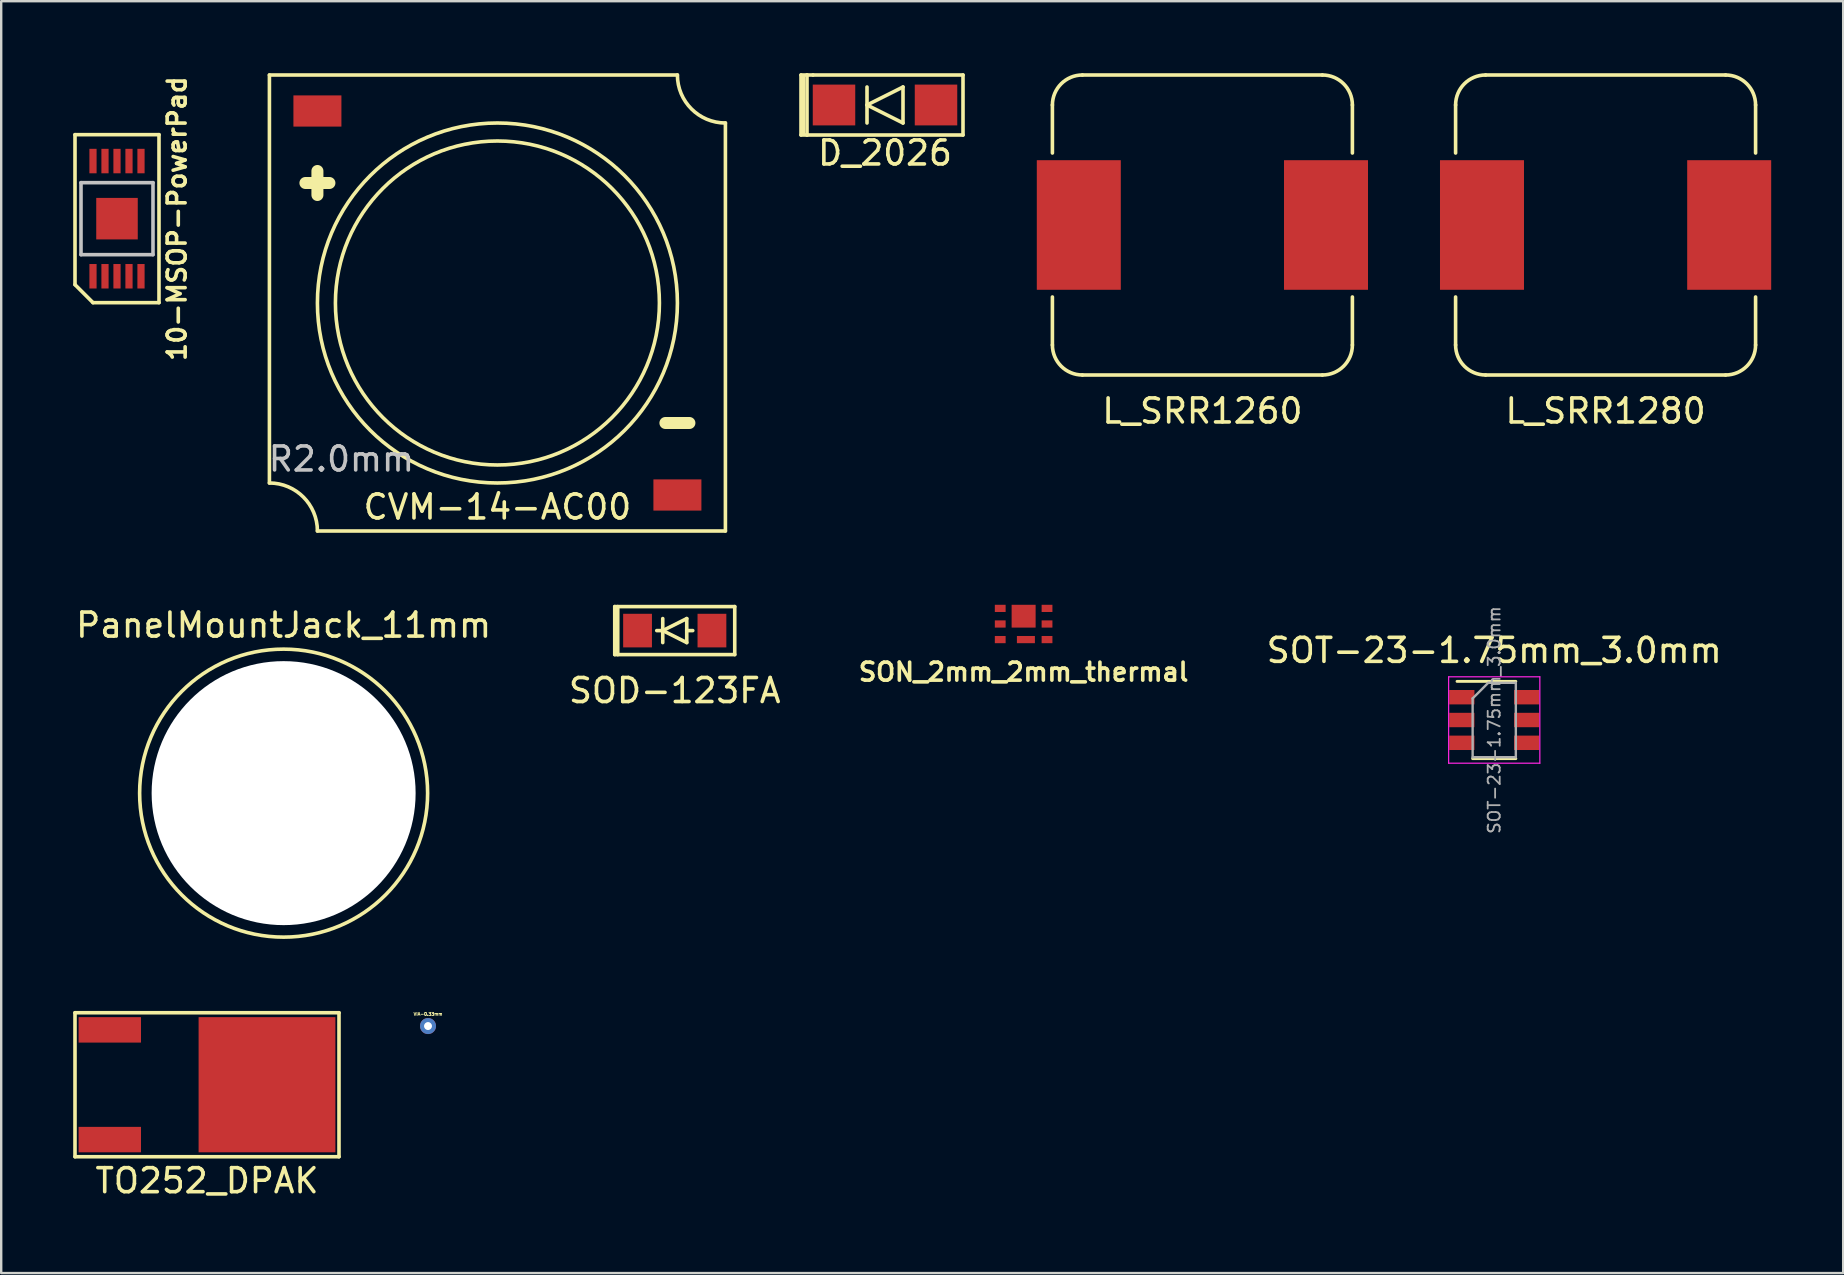
<source format=kicad_pcb>
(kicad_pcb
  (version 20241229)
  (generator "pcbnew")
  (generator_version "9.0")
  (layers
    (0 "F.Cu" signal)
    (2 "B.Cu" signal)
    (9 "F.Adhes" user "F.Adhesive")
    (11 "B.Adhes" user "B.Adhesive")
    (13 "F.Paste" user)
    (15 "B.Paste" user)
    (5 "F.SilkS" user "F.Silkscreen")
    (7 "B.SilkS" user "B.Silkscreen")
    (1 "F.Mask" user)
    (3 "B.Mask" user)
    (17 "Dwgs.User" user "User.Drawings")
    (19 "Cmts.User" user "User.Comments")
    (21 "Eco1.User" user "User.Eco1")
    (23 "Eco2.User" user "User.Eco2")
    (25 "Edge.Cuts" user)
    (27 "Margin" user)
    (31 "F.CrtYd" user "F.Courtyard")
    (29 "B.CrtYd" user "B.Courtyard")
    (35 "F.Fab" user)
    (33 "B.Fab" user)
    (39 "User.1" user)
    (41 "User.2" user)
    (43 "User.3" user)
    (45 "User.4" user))
  (footprint "L_SRR1280"
    (layer "F.Cu")
    (at 63.851 6.325)
    (property "Reference" "L_SRR1280" (at 0 7.75 0) (layer "F.SilkS") (effects (font (size 1 1) (thickness 0.15))))
    (attr through_hole)
    (fp_line (start -6.25 -5) (end -6.25 -3) (stroke (width 0.15) (type solid)) (layer "F.SilkS"))
    (fp_line (start -6.25 5) (end -6.25 3) (stroke (width 0.15) (type solid)) (layer "F.SilkS"))
    (fp_line (start -5 6.25) (end 5 6.25) (stroke (width 0.15) (type solid)) (layer "F.SilkS"))
    (fp_line (start 5 -6.25) (end -5 -6.25) (stroke (width 0.15) (type solid)) (layer "F.SilkS"))
    (fp_line (start 6.25 -3) (end 6.25 -5) (stroke (width 0.15) (type solid)) (layer "F.SilkS"))
    (fp_line (start 6.25 3) (end 6.25 5) (stroke (width 0.15) (type solid)) (layer "F.SilkS"))
    (fp_arc (start -6.25 -5) (mid -5.883883 -5.883883) (end -5 -6.25) (stroke (width 0.15) (type solid)) (layer "F.SilkS"))
    (fp_arc (start -5 6.25) (mid -5.883883 5.883883) (end -6.25 5) (stroke (width 0.15) (type solid)) (layer "F.SilkS"))
    (fp_arc (start 5 -6.25) (mid 5.883883 -5.883883) (end 6.25 -5) (stroke (width 0.15) (type solid)) (layer "F.SilkS"))
    (fp_arc (start 6.25 5) (mid 5.883883 5.883883) (end 5 6.25) (stroke (width 0.15) (type solid)) (layer "F.SilkS"))
    (pad "1" smd rect (at -4.85 0) (size 3.5 5.4) (drill (offset -0.3 0)) (layers "F.Cu" "F.Mask" "F.Paste"))
    (pad "2" smd rect (at 4.85 0) (size 3.5 5.4) (drill (offset 0.3 0)) (layers "F.Cu" "F.Mask" "F.Paste")))
  (footprint "L_SRR1260"
    (layer "F.Cu")
    (at 47.051 6.325)
    (property "Reference" "L_SRR1260" (at 0 7.75 0) (layer "F.SilkS") (effects (font (size 1 1) (thickness 0.15))))
    (attr through_hole)
    (fp_line (start -6.25 -5) (end -6.25 -3) (stroke (width 0.15) (type solid)) (layer "F.SilkS"))
    (fp_line (start -6.25 5) (end -6.25 3) (stroke (width 0.15) (type solid)) (layer "F.SilkS"))
    (fp_line (start -5 6.25) (end 5 6.25) (stroke (width 0.15) (type solid)) (layer "F.SilkS"))
    (fp_line (start 5 -6.25) (end -5 -6.25) (stroke (width 0.15) (type solid)) (layer "F.SilkS"))
    (fp_line (start 6.25 -3) (end 6.25 -5) (stroke (width 0.15) (type solid)) (layer "F.SilkS"))
    (fp_line (start 6.25 3) (end 6.25 5) (stroke (width 0.15) (type solid)) (layer "F.SilkS"))
    (fp_arc (start -6.25 -5) (mid -5.883883 -5.883883) (end -5 -6.25) (stroke (width 0.15) (type solid)) (layer "F.SilkS"))
    (fp_arc (start -5 6.25) (mid -5.883883 5.883883) (end -6.25 5) (stroke (width 0.15) (type solid)) (layer "F.SilkS"))
    (fp_arc (start 5 -6.25) (mid 5.883883 -5.883883) (end 6.25 -5) (stroke (width 0.15) (type solid)) (layer "F.SilkS"))
    (fp_arc (start 6.25 5) (mid 5.883883 5.883883) (end 5 6.25) (stroke (width 0.15) (type solid)) (layer "F.SilkS"))
    (pad "1" smd rect (at -4.85 0) (size 3.5 5.4) (drill (offset -0.3 0)) (layers "F.Cu" "F.Mask" "F.Paste"))
    (pad "2" smd rect (at 4.85 0) (size 3.5 5.4) (drill (offset 0.3 0)) (layers "F.Cu" "F.Mask" "F.Paste")))
  (footprint "SOD-123FA"
    (layer "F.Cu")
    (at 25.065 23.225)
    (property "Reference" "SOD-123FA" (at 0 2.5 0) (layer "F.SilkS") (effects (font (size 1 1) (thickness 0.15))))
    (attr through_hole)
    (fp_line (start -2.5 -1) (end 2.5 -1) (stroke (width 0.15) (type solid)) (layer "F.SilkS"))
    (fp_line (start -2.5 1) (end -2.5 -1) (stroke (width 0.15) (type solid)) (layer "F.SilkS"))
    (fp_line (start -2.375 -1) (end -2.375 1) (stroke (width 0.15) (type solid)) (layer "F.SilkS"))
    (fp_line (start -0.75 0) (end -0.5 0) (stroke (width 0.15) (type solid)) (layer "F.SilkS"))
    (fp_line (start -0.5 -0.5) (end -0.5 0.5) (stroke (width 0.15) (type solid)) (layer "F.SilkS"))
    (fp_line (start -0.5 0) (end 0.5 -0.5) (stroke (width 0.15) (type solid)) (layer "F.SilkS"))
    (fp_line (start 0.5 -0.5) (end 0.5 0.5) (stroke (width 0.15) (type solid)) (layer "F.SilkS"))
    (fp_line (start 0.5 0) (end 0.75 0) (stroke (width 0.15) (type solid)) (layer "F.SilkS"))
    (fp_line (start 0.5 0.5) (end -0.5 0) (stroke (width 0.15) (type solid)) (layer "F.SilkS"))
    (fp_line (start 2.5 -1) (end 2.5 1) (stroke (width 0.15) (type solid)) (layer "F.SilkS"))
    (fp_line (start 2.5 1) (end -2.5 1) (stroke (width 0.15) (type solid)) (layer "F.SilkS"))
    (pad "1" smd rect (at -1.55 0) (size 1.2 1.4) (layers "F.Cu" "F.Mask" "F.Paste"))
    (pad "2" smd rect (at 1.55 0) (size 1.2 1.4) (layers "F.Cu" "F.Mask" "F.Paste")))
  (footprint "TO252_DPAK"
    (layer "F.Cu")
    (at 5.575 42.148)
    (property "Reference" "TO252_DPAK" (at 0 4 0) (layer "F.SilkS") (effects (font (size 1 1) (thickness 0.15))))
    (attr through_hole)
    (fp_line (start -5.5 -3) (end 5.5 -3) (stroke (width 0.15) (type solid)) (layer "F.SilkS"))
    (fp_line (start -5.5 3) (end -5.5 -3) (stroke (width 0.15) (type solid)) (layer "F.SilkS"))
    (fp_line (start 5.5 -3) (end 5.5 3) (stroke (width 0.15) (type solid)) (layer "F.SilkS"))
    (fp_line (start 5.5 3) (end -5.5 3) (stroke (width 0.15) (type solid)) (layer "F.SilkS"))
    (pad "1" smd rect (at -4.05 -2.286) (size 2.6 1.06) (layers "F.Cu" "F.Mask" "F.Paste"))
    (pad "2" smd rect (at 2.5 0) (size 5.7 5.632) (layers "F.Cu" "F.Mask" "F.Paste"))
    (pad "3" smd rect (at -4.05 2.286) (size 2.6 1.06) (layers "F.Cu" "F.Mask" "F.Paste")))
  (footprint "SOT-23-1.75mm_3.0mm"
    (layer "F.Cu")
    (at 59.211 26.951)
    (property "Reference" "SOT-23-1.75mm_3.0mm" (at 0 -2.9 0) (layer "F.SilkS") (effects (font (size 1 1) (thickness 0.15))))
    (attr smd)
    (fp_line (start -0.9 1.61) (end 0.9 1.61) (stroke (width 0.12) (type solid)) (layer "F.SilkS"))
    (fp_line (start 0.9 -1.61) (end -1.55 -1.61) (stroke (width 0.12) (type solid)) (layer "F.SilkS"))
    (fp_line (start -1.9 -1.8) (end -1.9 1.8) (stroke (width 0.05) (type solid)) (layer "F.CrtYd"))
    (fp_line (start -1.9 1.8) (end 1.9 1.8) (stroke (width 0.05) (type solid)) (layer "F.CrtYd"))
    (fp_line (start 1.9 -1.8) (end -1.9 -1.8) (stroke (width 0.05) (type solid)) (layer "F.CrtYd"))
    (fp_line (start 1.9 1.8) (end 1.9 -1.8) (stroke (width 0.05) (type solid)) (layer "F.CrtYd"))
    (fp_line (start -0.9 -0.9) (end -0.9 1.55) (stroke (width 0.1) (type solid)) (layer "F.Fab"))
    (fp_line (start -0.9 -0.9) (end -0.25 -1.55) (stroke (width 0.1) (type solid)) (layer "F.Fab"))
    (fp_line (start 0.9 -1.55) (end -0.25 -1.55) (stroke (width 0.1) (type solid)) (layer "F.Fab"))
    (fp_line (start 0.9 -1.55) (end 0.9 1.55) (stroke (width 0.1) (type solid)) (layer "F.Fab"))
    (fp_line (start 0.9 1.55) (end -0.9 1.55) (stroke (width 0.1) (type solid)) (layer "F.Fab"))
    (fp_text user "${REFERENCE}" (at 0 0 90) (layer "F.Fab") (effects (font (size 0.5 0.5) (thickness 0.075))))
    (pad "1" smd rect (at -1.35 -0.95) (size 1.05 0.6) (layers "F.Cu" "F.Mask" "F.Paste"))
    (pad "2" smd rect (at -1.35 0) (size 1.05 0.6) (layers "F.Cu" "F.Mask" "F.Paste"))
    (pad "3" smd rect (at -1.35 0.95) (size 1.05 0.6) (layers "F.Cu" "F.Mask" "F.Paste"))
    (pad "4" smd rect (at 1.35 0.95) (size 1.05 0.6) (layers "F.Cu" "F.Mask" "F.Paste"))
    (pad "5" smd rect (at 1.35 0) (size 1.05 0.6) (layers "F.Cu" "F.Mask" "F.Paste"))
    (pad "6" smd rect (at 1.35 -0.95) (size 1.05 0.6) (layers "F.Cu" "F.Mask" "F.Paste")))
  (footprint "10-MSOP-PowerPad"
    (layer "F.Cu")
    (at 1.825 6.061)
    (property "Reference" "10-MSOP-PowerPad" (at 2.5 0 90) (layer "F.SilkS") (effects (font (size 0.75 0.75) (thickness 0.15))))
    (attr through_hole)
    (fp_line (start -1.75 -3.5) (end -1.75 2.75) (stroke (width 0.15) (type solid)) (layer "F.SilkS"))
    (fp_line (start -1.75 2.75) (end -1 3.5) (stroke (width 0.15) (type solid)) (layer "F.SilkS"))
    (fp_line (start -1 3.5) (end 1.75 3.5) (stroke (width 0.15) (type solid)) (layer "F.SilkS"))
    (fp_line (start 1.75 -3.5) (end -1.75 -3.5) (stroke (width 0.15) (type solid)) (layer "F.SilkS"))
    (fp_line (start 1.75 3.5) (end 1.75 -3.5) (stroke (width 0.15) (type solid)) (layer "F.SilkS"))
    (fp_line (start -1.5 -1.5) (end 1.5 -1.5) (stroke (width 0.15) (type solid)) (layer "Dwgs.User"))
    (fp_line (start -1.5 1.5) (end -1.5 -1.5) (stroke (width 0.15) (type solid)) (layer "Dwgs.User"))
    (fp_line (start 1.5 -1.5) (end 1.5 1.5) (stroke (width 0.15) (type solid)) (layer "Dwgs.User"))
    (fp_line (start 1.5 1.5) (end -1.5 1.5) (stroke (width 0.15) (type solid)) (layer "Dwgs.User"))
    (pad "1" smd rect (at -1 2.4) (size 0.3 1.02) (layers "F.Cu" "F.Mask" "F.Paste"))
    (pad "2" smd rect (at -0.5 2.4) (size 0.3 1.02) (layers "F.Cu" "F.Mask" "F.Paste"))
    (pad "3" smd rect (at 0 2.4) (size 0.3 1.02) (layers "F.Cu" "F.Mask" "F.Paste"))
    (pad "4" smd rect (at 0.5 2.4) (size 0.3 1.02) (layers "F.Cu" "F.Mask" "F.Paste"))
    (pad "5" smd rect (at 0 0) (size 1.73 1.73) (layers "F.Cu" "F.Mask" "F.Paste"))
    (pad "5" smd rect (at 1 2.4) (size 0.3 1.02) (layers "F.Cu" "F.Mask" "F.Paste"))
    (pad "6" smd rect (at 1 -2.4) (size 0.3 1.02) (layers "F.Cu" "F.Mask" "F.Paste"))
    (pad "7" smd rect (at 0.5 -2.4) (size 0.3 1.02) (layers "F.Cu" "F.Mask" "F.Paste"))
    (pad "8" smd rect (at 0 -2.4) (size 0.3 1.02) (layers "F.Cu" "F.Mask" "F.Paste"))
    (pad "9" smd rect (at -0.5 -2.4) (size 0.3 1.02) (layers "F.Cu" "F.Mask" "F.Paste"))
    (pad "10" smd rect (at -1 -2.4) (size 0.3 1.02) (layers "F.Cu" "F.Mask" "F.Paste")))
  (footprint "SON_2mm_2mm_thermal"
    (layer "F.Cu")
    (at 39.602 22.95)
    (property "Reference" "SON_2mm_2mm_thermal" (at 0 2 0) (layer "F.SilkS") (effects (font (size 0.75 0.75) (thickness 0.15))))
    (attr through_hole)
    (pad "1" smd trapezoid (at -0.975 -0.65) (size 0.45 0.3) (layers "F.Cu" "F.Mask" "F.Paste"))
    (pad "2" smd trapezoid (at -0.975 0) (size 0.45 0.3) (layers "F.Cu" "F.Mask" "F.Paste"))
    (pad "3" smd trapezoid (at -0.975 0.65) (size 0.45 0.3) (layers "F.Cu" "F.Mask" "F.Paste"))
    (pad "4" smd trapezoid (at 0.975 0.65) (size 0.45 0.3) (layers "F.Cu" "F.Mask" "F.Paste"))
    (pad "5" smd trapezoid (at 0.975 0) (size 0.45 0.3) (layers "F.Cu" "F.Mask" "F.Paste"))
    (pad "6" smd trapezoid (at 0.975 -0.65) (size 0.45 0.3) (layers "F.Cu" "F.Mask" "F.Paste"))
    (pad "7" smd trapezoid (at 0.095 0.65) (size 0.75 0.3) (layers "F.Cu" "F.Mask" "F.Paste"))
    (pad "8" smd trapezoid (at 0 -0.325) (size 1 0.95) (layers "F.Cu" "F.Mask" "F.Paste")))
  (footprint "CVM-14-AC00"
    (layer "F.Cu")
    (at 17.676 9.575)
    (property "Reference" "CVM-14-AC00" (at 0 8.5 0) (layer "F.SilkS") (effects (font (size 1 1) (thickness 0.15))))
    (attr through_hole)
    (fp_line (start -9.5 -9.5) (end 7.5 -9.5) (stroke (width 0.15) (type solid)) (layer "F.SilkS"))
    (fp_line (start -9.5 7.5) (end -9.5 -9.5) (stroke (width 0.15) (type solid)) (layer "F.SilkS"))
    (fp_line (start -8 -5) (end -7 -5) (stroke (width 0.5) (type solid)) (layer "F.SilkS"))
    (fp_line (start -7.5 -4.5) (end -7.5 -5.5) (stroke (width 0.5) (type solid)) (layer "F.SilkS"))
    (fp_line (start 7 5) (end 8 5) (stroke (width 0.5) (type solid)) (layer "F.SilkS"))
    (fp_line (start 9.5 -7.5) (end 9.5 9.5) (stroke (width 0.15) (type solid)) (layer "F.SilkS"))
    (fp_line (start 9.5 9.5) (end -7.5 9.5) (stroke (width 0.15) (type solid)) (layer "F.SilkS"))
    (fp_arc (start -9.5 7.5) (mid -8.085786 8.085786) (end -7.5 9.5) (stroke (width 0.15) (type solid)) (layer "F.SilkS"))
    (fp_arc (start 9.5 -7.5) (mid 8.085786 -8.085786) (end 7.5 -9.5) (stroke (width 0.15) (type solid)) (layer "F.SilkS"))
    (fp_circle (center 0 0) (end 6.75 0) (stroke (width 0.15) (type solid)) (fill no) (layer "F.SilkS"))
    (fp_circle (center 0 0) (end 7.5 0) (stroke (width 0.15) (type solid)) (fill no) (layer "F.SilkS"))
    (fp_text user "R2.0mm" (at -6.5 6.5 0) (layer "Dwgs.User") (effects (font (size 1 1) (thickness 0.15))))
    (pad "1" connect rect (at 7.5 8) (size 2 1.3) (layers "F.Cu" "F.Mask"))
    (pad "2" connect rect (at -7.5 -8) (size 2 1.3) (layers "F.Cu" "F.Mask")))
  (footprint "PanelMountJack_11mm"
    (layer "F.Cu")
    (at 8.768 29.998)
    (property "Reference" "PanelMountJack_11mm" (at 0 -7 0) (layer "F.SilkS") (effects (font (size 1 1) (thickness 0.15))))
    (attr through_hole)
    (fp_circle (center 0 0) (end 6 0) (stroke (width 0.15) (type solid)) (fill no) (layer "F.SilkS"))
    (pad "" np_thru_hole circle (at 0 0) (size 11 11) (drill 11) (layers "*.Cu" "*.Mask")))
  (footprint "VIA-0.33mm"
    (layer "F.Cu")
    (at 14.784 39.703)
    (property "Reference" "VIA-0.33mm" (at 0 -0.5 0) (layer "F.SilkS") (effects (font (size 0.127 0.127) (thickness 0.032))))
    (attr through_hole)
    (pad "1" thru_hole circle (at 0 0) (size 0.668 0.668) (drill 0.33) (layers "*.Cu")))
  (footprint "D_2026"
    (layer "F.Cu")
    (at 33.826 1.325)
    (property "Reference" "D_2026" (at 0 2 0) (layer "F.SilkS") (effects (font (size 1 1) (thickness 0.15))))
    (attr through_hole)
    (fp_line (start -3.5 -1.25) (end -3.5 1.25) (stroke (width 0.15) (type solid)) (layer "F.SilkS"))
    (fp_line (start -3.5 1.25) (end -3.25 1.25) (stroke (width 0.15) (type solid)) (layer "F.SilkS"))
    (fp_line (start -3.4 1.2) (end -3.4 -1.2) (stroke (width 0.15) (type solid)) (layer "F.SilkS"))
    (fp_line (start -3.25 -1.25) (end -3.5 -1.25) (stroke (width 0.15) (type solid)) (layer "F.SilkS"))
    (fp_line (start -3.25 -1.25) (end -3 -1.25) (stroke (width 0.15) (type solid)) (layer "F.SilkS"))
    (fp_line (start -3.25 1.25) (end -3.25 -1.25) (stroke (width 0.15) (type solid)) (layer "F.SilkS"))
    (fp_line (start -3 -1.25) (end 3.25 -1.25) (stroke (width 0.15) (type solid)) (layer "F.SilkS"))
    (fp_line (start -0.75 -0.75) (end -0.75 0.75) (stroke (width 0.15) (type solid)) (layer "F.SilkS"))
    (fp_line (start -0.75 0) (end 0.75 -0.75) (stroke (width 0.15) (type solid)) (layer "F.SilkS"))
    (fp_line (start 0.75 -0.75) (end 0.75 0.75) (stroke (width 0.15) (type solid)) (layer "F.SilkS"))
    (fp_line (start 0.75 0.75) (end -0.75 0) (stroke (width 0.15) (type solid)) (layer "F.SilkS"))
    (fp_line (start 3.25 -1.25) (end 3.25 1.25) (stroke (width 0.15) (type solid)) (layer "F.SilkS"))
    (fp_line (start 3.25 1.25) (end -3.25 1.25) (stroke (width 0.15) (type solid)) (layer "F.SilkS"))
    (pad "1" smd rect (at -2.125 0) (size 1.77 1.7) (layers "F.Cu" "F.Mask" "F.Paste"))
    (pad "2" smd rect (at 2.125 0) (size 1.77 1.7) (layers "F.Cu" "F.Mask" "F.Paste")))
  (gr_rect
    (start -3 -3)
    (end 73.751 49.996)
    (stroke (width 0.1) (type default))
    (fill no)
    (layer "Edge.Cuts")))
</source>
